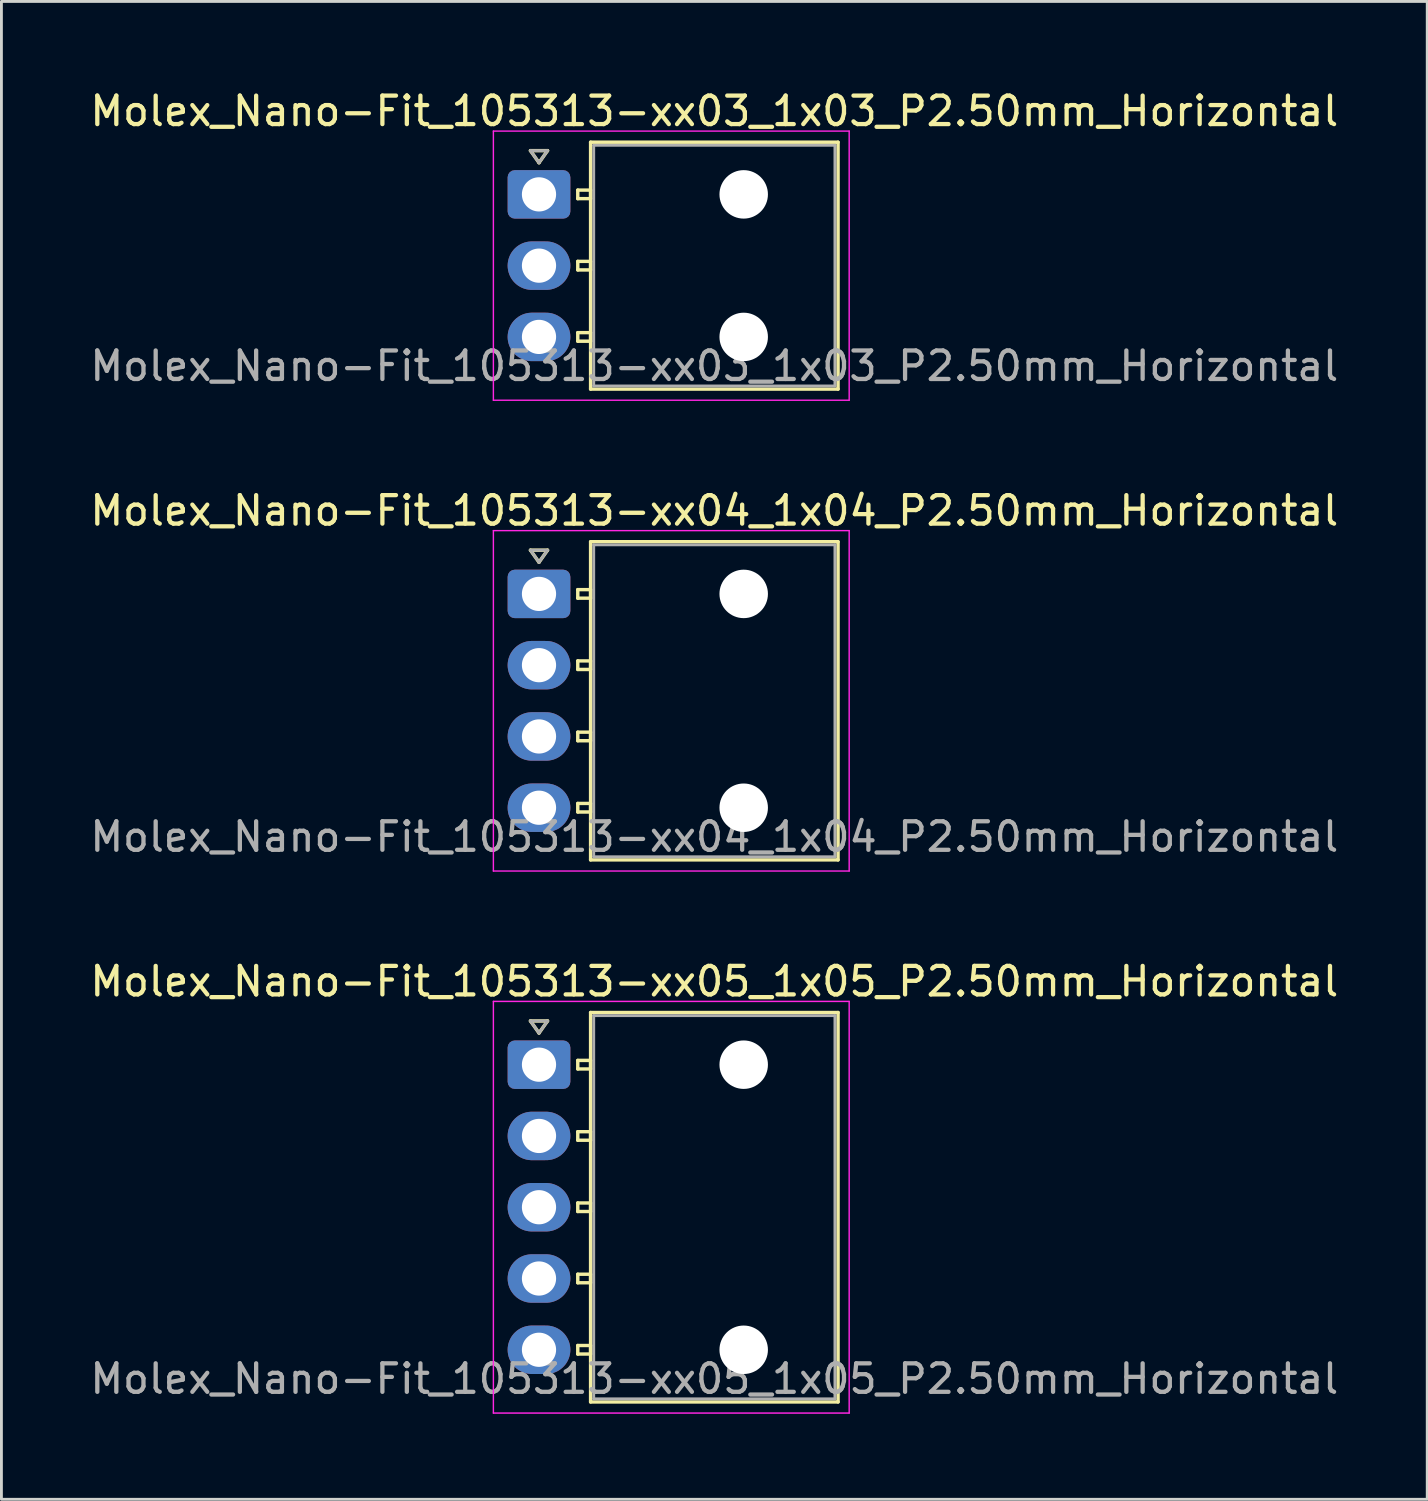
<source format=kicad_pcb>
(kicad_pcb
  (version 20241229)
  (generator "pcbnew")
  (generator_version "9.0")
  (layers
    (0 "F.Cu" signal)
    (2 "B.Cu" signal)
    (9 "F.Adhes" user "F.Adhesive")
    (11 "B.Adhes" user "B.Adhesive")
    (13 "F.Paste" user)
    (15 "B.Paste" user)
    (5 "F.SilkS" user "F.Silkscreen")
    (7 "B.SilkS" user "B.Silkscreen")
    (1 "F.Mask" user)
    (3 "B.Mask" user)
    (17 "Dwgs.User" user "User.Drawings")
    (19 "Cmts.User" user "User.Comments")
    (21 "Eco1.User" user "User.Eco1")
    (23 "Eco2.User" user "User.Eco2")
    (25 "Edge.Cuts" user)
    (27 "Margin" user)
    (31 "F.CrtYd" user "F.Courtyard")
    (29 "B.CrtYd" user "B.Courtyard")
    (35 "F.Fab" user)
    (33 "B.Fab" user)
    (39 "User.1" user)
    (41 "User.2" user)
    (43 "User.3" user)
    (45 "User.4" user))
  (footprint "Molex_Nano-Fit_105313-xx05_1x05_P2.50mm_Horizontal"
    (layer "F.Cu")
    (at 15.856 34.295)
    (property "Reference" "Molex_Nano-Fit_105313-xx05_1x05_P2.50mm_Horizontal" (at 6.15 -2.92 0) (layer "F.SilkS") (effects (font (size 1 1) (thickness 0.15))))
    (attr through_hole)
    (fp_line (start -0.3 -1.534) (end 0 -1.11) (stroke (width 0.12) (type solid)) (layer "F.SilkS"))
    (fp_line (start 0 -1.11) (end 0.3 -1.534) (stroke (width 0.12) (type solid)) (layer "F.SilkS"))
    (fp_line (start 0.3 -1.534) (end -0.3 -1.534) (stroke (width 0.12) (type solid)) (layer "F.SilkS"))
    (fp_line (start 1.36 -0.15) (end 1.36 0.15) (stroke (width 0.12) (type solid)) (layer "F.SilkS"))
    (fp_line (start 1.36 0.15) (end 1.81 0.15) (stroke (width 0.12) (type solid)) (layer "F.SilkS"))
    (fp_line (start 1.36 2.35) (end 1.36 2.65) (stroke (width 0.12) (type solid)) (layer "F.SilkS"))
    (fp_line (start 1.36 2.65) (end 1.81 2.65) (stroke (width 0.12) (type solid)) (layer "F.SilkS"))
    (fp_line (start 1.36 4.85) (end 1.36 5.15) (stroke (width 0.12) (type solid)) (layer "F.SilkS"))
    (fp_line (start 1.36 5.15) (end 1.81 5.15) (stroke (width 0.12) (type solid)) (layer "F.SilkS"))
    (fp_line (start 1.36 7.35) (end 1.36 7.65) (stroke (width 0.12) (type solid)) (layer "F.SilkS"))
    (fp_line (start 1.36 7.65) (end 1.81 7.65) (stroke (width 0.12) (type solid)) (layer "F.SilkS"))
    (fp_line (start 1.36 9.85) (end 1.36 10.15) (stroke (width 0.12) (type solid)) (layer "F.SilkS"))
    (fp_line (start 1.36 10.15) (end 1.81 10.15) (stroke (width 0.12) (type solid)) (layer "F.SilkS"))
    (fp_line (start 1.81 -1.83) (end 1.81 11.83) (stroke (width 0.12) (type solid)) (layer "F.SilkS"))
    (fp_line (start 1.81 -0.15) (end 1.36 -0.15) (stroke (width 0.12) (type solid)) (layer "F.SilkS"))
    (fp_line (start 1.81 0.15) (end 1.81 -0.15) (stroke (width 0.12) (type solid)) (layer "F.SilkS"))
    (fp_line (start 1.81 2.35) (end 1.36 2.35) (stroke (width 0.12) (type solid)) (layer "F.SilkS"))
    (fp_line (start 1.81 2.65) (end 1.81 2.35) (stroke (width 0.12) (type solid)) (layer "F.SilkS"))
    (fp_line (start 1.81 4.85) (end 1.36 4.85) (stroke (width 0.12) (type solid)) (layer "F.SilkS"))
    (fp_line (start 1.81 5.15) (end 1.81 4.85) (stroke (width 0.12) (type solid)) (layer "F.SilkS"))
    (fp_line (start 1.81 7.35) (end 1.36 7.35) (stroke (width 0.12) (type solid)) (layer "F.SilkS"))
    (fp_line (start 1.81 7.65) (end 1.81 7.35) (stroke (width 0.12) (type solid)) (layer "F.SilkS"))
    (fp_line (start 1.81 9.85) (end 1.36 9.85) (stroke (width 0.12) (type solid)) (layer "F.SilkS"))
    (fp_line (start 1.81 10.15) (end 1.81 9.85) (stroke (width 0.12) (type solid)) (layer "F.SilkS"))
    (fp_line (start 1.81 11.83) (end 10.49 11.83) (stroke (width 0.12) (type solid)) (layer "F.SilkS"))
    (fp_line (start 10.49 -1.83) (end 1.81 -1.83) (stroke (width 0.12) (type solid)) (layer "F.SilkS"))
    (fp_line (start 10.49 11.83) (end 10.49 -1.83) (stroke (width 0.12) (type solid)) (layer "F.SilkS"))
    (fp_line (start -1.6 -2.22) (end -1.6 12.22) (stroke (width 0.05) (type solid)) (layer "F.CrtYd"))
    (fp_line (start -1.6 12.22) (end 10.88 12.22) (stroke (width 0.05) (type solid)) (layer "F.CrtYd"))
    (fp_line (start 10.88 -2.22) (end -1.6 -2.22) (stroke (width 0.05) (type solid)) (layer "F.CrtYd"))
    (fp_line (start 10.88 12.22) (end 10.88 -2.22) (stroke (width 0.05) (type solid)) (layer "F.CrtYd"))
    (fp_line (start -0.3 -1.534) (end 0 -1.11) (stroke (width 0.1) (type solid)) (layer "F.Fab"))
    (fp_line (start 0 -1.11) (end 0.3 -1.534) (stroke (width 0.1) (type solid)) (layer "F.Fab"))
    (fp_line (start 0.3 -1.534) (end -0.3 -1.534) (stroke (width 0.1) (type solid)) (layer "F.Fab"))
    (fp_line (start 1.92 -1.72) (end 1.92 11.72) (stroke (width 0.1) (type solid)) (layer "F.Fab"))
    (fp_line (start 1.92 11.72) (end 10.38 11.72) (stroke (width 0.1) (type solid)) (layer "F.Fab"))
    (fp_line (start 10.38 -1.72) (end 1.92 -1.72) (stroke (width 0.1) (type solid)) (layer "F.Fab"))
    (fp_line (start 10.38 11.72) (end 10.38 -1.72) (stroke (width 0.1) (type solid)) (layer "F.Fab"))
    (fp_text user "${REFERENCE}" (at 6.15 11.02 0) (layer "F.Fab") (effects (font (size 1 1) (thickness 0.15))))
    (pad "" np_thru_hole circle (at 7.18 0) (size 1.7 1.7) (drill 1.7) (layers "*.Cu" "*.Mask"))
    (pad "" np_thru_hole circle (at 7.18 10) (size 1.7 1.7) (drill 1.7) (layers "*.Cu" "*.Mask"))
    (pad "1" thru_hole roundrect (at 0 0) (size 2.2 1.7) (drill 1.2) (layers "*.Cu" "*.Mask") (roundrect_rratio 0.147))
    (pad "2" thru_hole oval (at 0 2.5) (size 2.2 1.7) (drill 1.2) (layers "*.Cu" "*.Mask"))
    (pad "3" thru_hole oval (at 0 5) (size 2.2 1.7) (drill 1.2) (layers "*.Cu" "*.Mask"))
    (pad "4" thru_hole oval (at 0 7.5) (size 2.2 1.7) (drill 1.2) (layers "*.Cu" "*.Mask"))
    (pad "5" thru_hole oval (at 0 10) (size 2.2 1.7) (drill 1.2) (layers "*.Cu" "*.Mask")))
  (footprint "Molex_Nano-Fit_105313-xx03_1x03_P2.50mm_Horizontal"
    (layer "F.Cu")
    (at 15.856 3.768)
    (property "Reference" "Molex_Nano-Fit_105313-xx03_1x03_P2.50mm_Horizontal" (at 6.15 -2.92 0) (layer "F.SilkS") (effects (font (size 1 1) (thickness 0.15))))
    (attr through_hole)
    (fp_line (start -0.3 -1.534) (end 0 -1.11) (stroke (width 0.12) (type solid)) (layer "F.SilkS"))
    (fp_line (start 0 -1.11) (end 0.3 -1.534) (stroke (width 0.12) (type solid)) (layer "F.SilkS"))
    (fp_line (start 0.3 -1.534) (end -0.3 -1.534) (stroke (width 0.12) (type solid)) (layer "F.SilkS"))
    (fp_line (start 1.36 -0.15) (end 1.36 0.15) (stroke (width 0.12) (type solid)) (layer "F.SilkS"))
    (fp_line (start 1.36 0.15) (end 1.81 0.15) (stroke (width 0.12) (type solid)) (layer "F.SilkS"))
    (fp_line (start 1.36 2.35) (end 1.36 2.65) (stroke (width 0.12) (type solid)) (layer "F.SilkS"))
    (fp_line (start 1.36 2.65) (end 1.81 2.65) (stroke (width 0.12) (type solid)) (layer "F.SilkS"))
    (fp_line (start 1.36 4.85) (end 1.36 5.15) (stroke (width 0.12) (type solid)) (layer "F.SilkS"))
    (fp_line (start 1.36 5.15) (end 1.81 5.15) (stroke (width 0.12) (type solid)) (layer "F.SilkS"))
    (fp_line (start 1.81 -1.83) (end 1.81 6.83) (stroke (width 0.12) (type solid)) (layer "F.SilkS"))
    (fp_line (start 1.81 -0.15) (end 1.36 -0.15) (stroke (width 0.12) (type solid)) (layer "F.SilkS"))
    (fp_line (start 1.81 0.15) (end 1.81 -0.15) (stroke (width 0.12) (type solid)) (layer "F.SilkS"))
    (fp_line (start 1.81 2.35) (end 1.36 2.35) (stroke (width 0.12) (type solid)) (layer "F.SilkS"))
    (fp_line (start 1.81 2.65) (end 1.81 2.35) (stroke (width 0.12) (type solid)) (layer "F.SilkS"))
    (fp_line (start 1.81 4.85) (end 1.36 4.85) (stroke (width 0.12) (type solid)) (layer "F.SilkS"))
    (fp_line (start 1.81 5.15) (end 1.81 4.85) (stroke (width 0.12) (type solid)) (layer "F.SilkS"))
    (fp_line (start 1.81 6.83) (end 10.49 6.83) (stroke (width 0.12) (type solid)) (layer "F.SilkS"))
    (fp_line (start 10.49 -1.83) (end 1.81 -1.83) (stroke (width 0.12) (type solid)) (layer "F.SilkS"))
    (fp_line (start 10.49 6.83) (end 10.49 -1.83) (stroke (width 0.12) (type solid)) (layer "F.SilkS"))
    (fp_line (start -1.6 -2.22) (end -1.6 7.22) (stroke (width 0.05) (type solid)) (layer "F.CrtYd"))
    (fp_line (start -1.6 7.22) (end 10.88 7.22) (stroke (width 0.05) (type solid)) (layer "F.CrtYd"))
    (fp_line (start 10.88 -2.22) (end -1.6 -2.22) (stroke (width 0.05) (type solid)) (layer "F.CrtYd"))
    (fp_line (start 10.88 7.22) (end 10.88 -2.22) (stroke (width 0.05) (type solid)) (layer "F.CrtYd"))
    (fp_line (start -0.3 -1.534) (end 0 -1.11) (stroke (width 0.1) (type solid)) (layer "F.Fab"))
    (fp_line (start 0 -1.11) (end 0.3 -1.534) (stroke (width 0.1) (type solid)) (layer "F.Fab"))
    (fp_line (start 0.3 -1.534) (end -0.3 -1.534) (stroke (width 0.1) (type solid)) (layer "F.Fab"))
    (fp_line (start 1.92 -1.72) (end 1.92 6.72) (stroke (width 0.1) (type solid)) (layer "F.Fab"))
    (fp_line (start 1.92 6.72) (end 10.38 6.72) (stroke (width 0.1) (type solid)) (layer "F.Fab"))
    (fp_line (start 10.38 -1.72) (end 1.92 -1.72) (stroke (width 0.1) (type solid)) (layer "F.Fab"))
    (fp_line (start 10.38 6.72) (end 10.38 -1.72) (stroke (width 0.1) (type solid)) (layer "F.Fab"))
    (fp_text user "${REFERENCE}" (at 6.15 6.02 0) (layer "F.Fab") (effects (font (size 1 1) (thickness 0.15))))
    (pad "" np_thru_hole circle (at 7.18 0) (size 1.7 1.7) (drill 1.7) (layers "*.Cu" "*.Mask"))
    (pad "" np_thru_hole circle (at 7.18 5) (size 1.7 1.7) (drill 1.7) (layers "*.Cu" "*.Mask"))
    (pad "1" thru_hole roundrect (at 0 0) (size 2.2 1.7) (drill 1.2) (layers "*.Cu" "*.Mask") (roundrect_rratio 0.147))
    (pad "2" thru_hole oval (at 0 2.5) (size 2.2 1.7) (drill 1.2) (layers "*.Cu" "*.Mask"))
    (pad "3" thru_hole oval (at 0 5) (size 2.2 1.7) (drill 1.2) (layers "*.Cu" "*.Mask")))
  (footprint "Molex_Nano-Fit_105313-xx04_1x04_P2.50mm_Horizontal"
    (layer "F.Cu")
    (at 15.856 17.782)
    (property "Reference" "Molex_Nano-Fit_105313-xx04_1x04_P2.50mm_Horizontal" (at 6.15 -2.92 0) (layer "F.SilkS") (effects (font (size 1 1) (thickness 0.15))))
    (attr through_hole)
    (fp_line (start -0.3 -1.534) (end 0 -1.11) (stroke (width 0.12) (type solid)) (layer "F.SilkS"))
    (fp_line (start 0 -1.11) (end 0.3 -1.534) (stroke (width 0.12) (type solid)) (layer "F.SilkS"))
    (fp_line (start 0.3 -1.534) (end -0.3 -1.534) (stroke (width 0.12) (type solid)) (layer "F.SilkS"))
    (fp_line (start 1.36 -0.15) (end 1.36 0.15) (stroke (width 0.12) (type solid)) (layer "F.SilkS"))
    (fp_line (start 1.36 0.15) (end 1.81 0.15) (stroke (width 0.12) (type solid)) (layer "F.SilkS"))
    (fp_line (start 1.36 2.35) (end 1.36 2.65) (stroke (width 0.12) (type solid)) (layer "F.SilkS"))
    (fp_line (start 1.36 2.65) (end 1.81 2.65) (stroke (width 0.12) (type solid)) (layer "F.SilkS"))
    (fp_line (start 1.36 4.85) (end 1.36 5.15) (stroke (width 0.12) (type solid)) (layer "F.SilkS"))
    (fp_line (start 1.36 5.15) (end 1.81 5.15) (stroke (width 0.12) (type solid)) (layer "F.SilkS"))
    (fp_line (start 1.36 7.35) (end 1.36 7.65) (stroke (width 0.12) (type solid)) (layer "F.SilkS"))
    (fp_line (start 1.36 7.65) (end 1.81 7.65) (stroke (width 0.12) (type solid)) (layer "F.SilkS"))
    (fp_line (start 1.81 -1.83) (end 1.81 9.33) (stroke (width 0.12) (type solid)) (layer "F.SilkS"))
    (fp_line (start 1.81 -0.15) (end 1.36 -0.15) (stroke (width 0.12) (type solid)) (layer "F.SilkS"))
    (fp_line (start 1.81 0.15) (end 1.81 -0.15) (stroke (width 0.12) (type solid)) (layer "F.SilkS"))
    (fp_line (start 1.81 2.35) (end 1.36 2.35) (stroke (width 0.12) (type solid)) (layer "F.SilkS"))
    (fp_line (start 1.81 2.65) (end 1.81 2.35) (stroke (width 0.12) (type solid)) (layer "F.SilkS"))
    (fp_line (start 1.81 4.85) (end 1.36 4.85) (stroke (width 0.12) (type solid)) (layer "F.SilkS"))
    (fp_line (start 1.81 5.15) (end 1.81 4.85) (stroke (width 0.12) (type solid)) (layer "F.SilkS"))
    (fp_line (start 1.81 7.35) (end 1.36 7.35) (stroke (width 0.12) (type solid)) (layer "F.SilkS"))
    (fp_line (start 1.81 7.65) (end 1.81 7.35) (stroke (width 0.12) (type solid)) (layer "F.SilkS"))
    (fp_line (start 1.81 9.33) (end 10.49 9.33) (stroke (width 0.12) (type solid)) (layer "F.SilkS"))
    (fp_line (start 10.49 -1.83) (end 1.81 -1.83) (stroke (width 0.12) (type solid)) (layer "F.SilkS"))
    (fp_line (start 10.49 9.33) (end 10.49 -1.83) (stroke (width 0.12) (type solid)) (layer "F.SilkS"))
    (fp_line (start -1.6 -2.22) (end -1.6 9.72) (stroke (width 0.05) (type solid)) (layer "F.CrtYd"))
    (fp_line (start -1.6 9.72) (end 10.88 9.72) (stroke (width 0.05) (type solid)) (layer "F.CrtYd"))
    (fp_line (start 10.88 -2.22) (end -1.6 -2.22) (stroke (width 0.05) (type solid)) (layer "F.CrtYd"))
    (fp_line (start 10.88 9.72) (end 10.88 -2.22) (stroke (width 0.05) (type solid)) (layer "F.CrtYd"))
    (fp_line (start -0.3 -1.534) (end 0 -1.11) (stroke (width 0.1) (type solid)) (layer "F.Fab"))
    (fp_line (start 0 -1.11) (end 0.3 -1.534) (stroke (width 0.1) (type solid)) (layer "F.Fab"))
    (fp_line (start 0.3 -1.534) (end -0.3 -1.534) (stroke (width 0.1) (type solid)) (layer "F.Fab"))
    (fp_line (start 1.92 -1.72) (end 1.92 9.22) (stroke (width 0.1) (type solid)) (layer "F.Fab"))
    (fp_line (start 1.92 9.22) (end 10.38 9.22) (stroke (width 0.1) (type solid)) (layer "F.Fab"))
    (fp_line (start 10.38 -1.72) (end 1.92 -1.72) (stroke (width 0.1) (type solid)) (layer "F.Fab"))
    (fp_line (start 10.38 9.22) (end 10.38 -1.72) (stroke (width 0.1) (type solid)) (layer "F.Fab"))
    (fp_text user "${REFERENCE}" (at 6.15 8.52 0) (layer "F.Fab") (effects (font (size 1 1) (thickness 0.15))))
    (pad "" np_thru_hole circle (at 7.18 0) (size 1.7 1.7) (drill 1.7) (layers "*.Cu" "*.Mask"))
    (pad "" np_thru_hole circle (at 7.18 7.5) (size 1.7 1.7) (drill 1.7) (layers "*.Cu" "*.Mask"))
    (pad "1" thru_hole roundrect (at 0 0) (size 2.2 1.7) (drill 1.2) (layers "*.Cu" "*.Mask") (roundrect_rratio 0.147))
    (pad "2" thru_hole oval (at 0 2.5) (size 2.2 1.7) (drill 1.2) (layers "*.Cu" "*.Mask"))
    (pad "3" thru_hole oval (at 0 5) (size 2.2 1.7) (drill 1.2) (layers "*.Cu" "*.Mask"))
    (pad "4" thru_hole oval (at 0 7.5) (size 2.2 1.7) (drill 1.2) (layers "*.Cu" "*.Mask")))
  (gr_rect
    (start -3 -3)
    (end 47.012 49.54)
    (stroke (width 0.1) (type default))
    (fill no)
    (layer "Edge.Cuts")))
</source>
